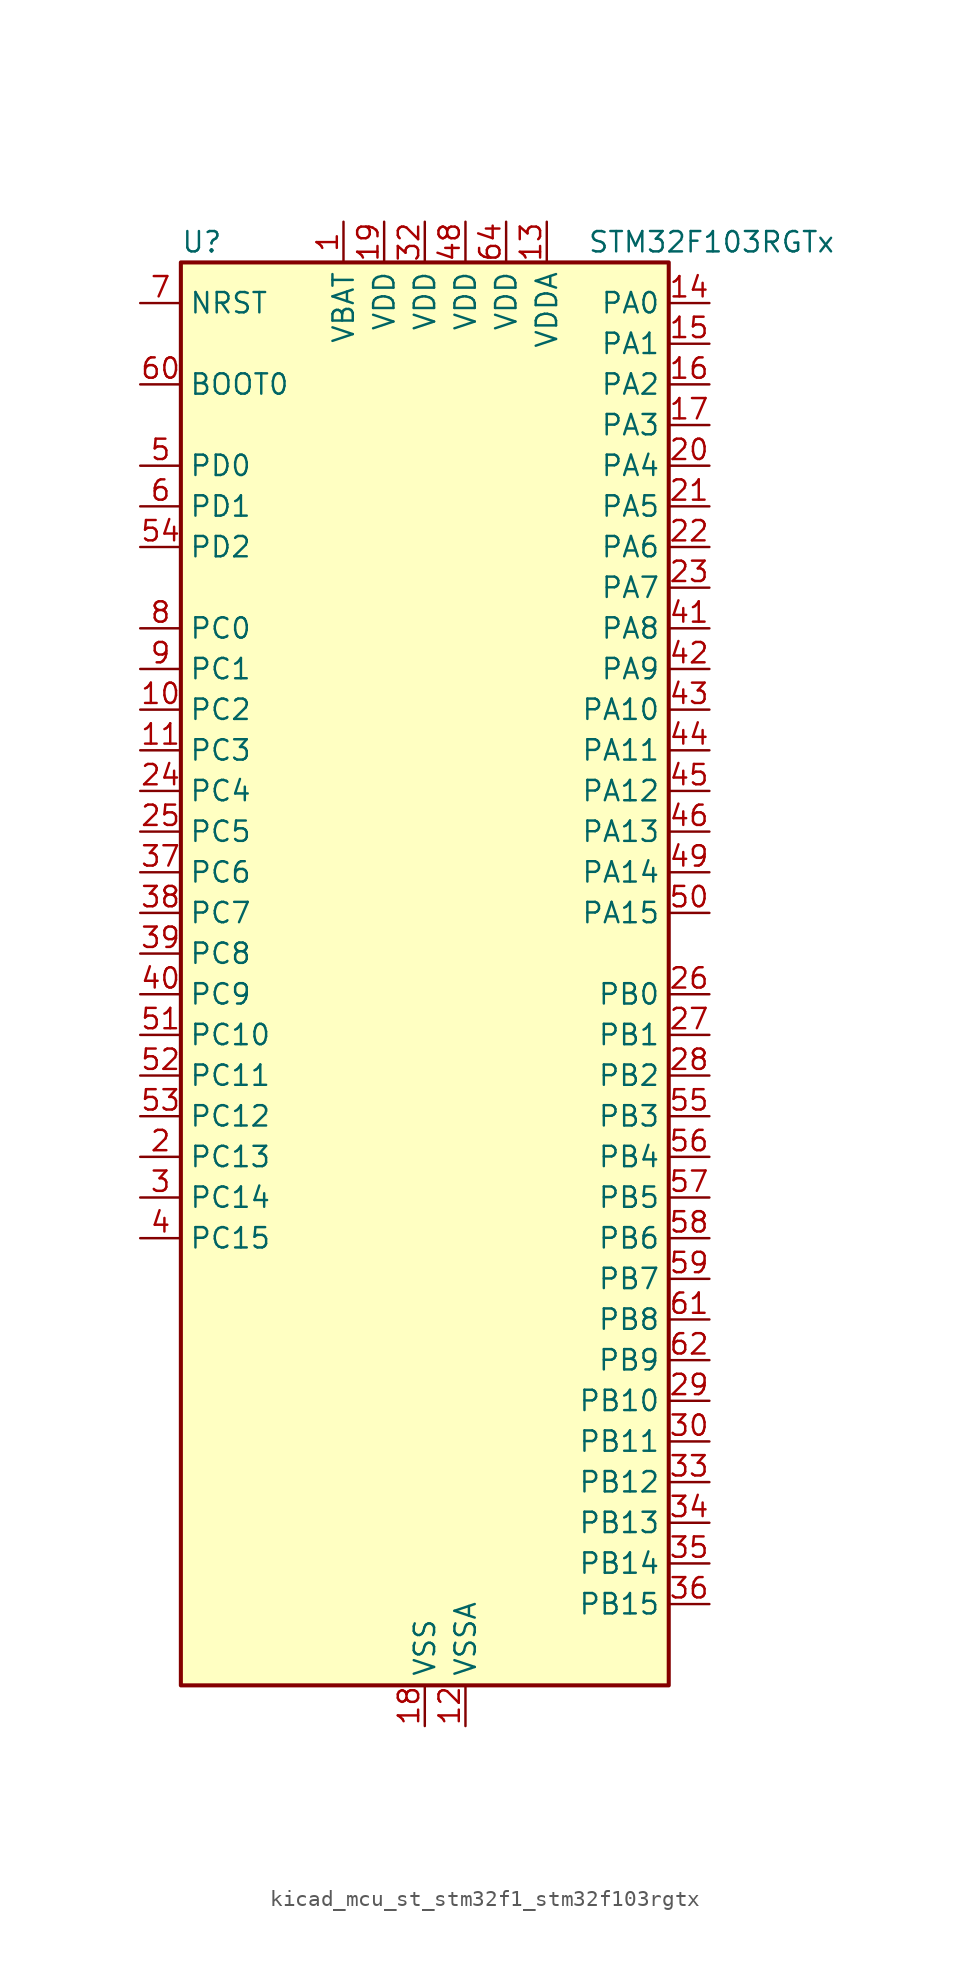
<source format=kicad_sym>
(kicad_symbol_lib
  (version 20220914)
  (generator kicad_symbol_editor)
  (symbol "kicad_mcu_st_stm32f1_stm32f103rgtx"
    (property "Reference" "U"
      (at -15.24 46.99 0)
      (effects (font (size 1.27 1.27)) (justify left)))
    (property "Value" "STM32F103RGTx"
      (at 10.16 46.99 0)
      (effects (font (size 1.27 1.27)) (justify left)))
    (property "ki_locked" ""
      (at 0 0 0)
      (effects (font (size 1.27 1.27))))
    (symbol "kicad_mcu_st_stm32f1_stm32f103rgtx_0_1"
      (rectangle (start -15.24 -43.18) (end 15.24 45.72) (stroke (width 0.254) (type default)) (fill (type background))))
    (symbol "kicad_mcu_st_stm32f1_stm32f103rgtx_1_1"
      (pin power_in line (at -5.08 48.26 270) (length 2.54) (name "VBAT" (effects (font (size 1.27 1.27)))) (number "1" (effects (font (size 1.27 1.27)))))
      (pin bidirectional line (at -17.78 17.78 0) (length 2.54) (name "PC2" (effects (font (size 1.27 1.27)))) (number "10" (effects (font (size 1.27 1.27)))) (alternate "ADC1_IN12" bidirectional line) (alternate "ADC2_IN12" bidirectional line) (alternate "ADC3_IN12" bidirectional line))
      (pin bidirectional line (at -17.78 15.24 0) (length 2.54) (name "PC3" (effects (font (size 1.27 1.27)))) (number "11" (effects (font (size 1.27 1.27)))) (alternate "ADC1_IN13" bidirectional line) (alternate "ADC2_IN13" bidirectional line) (alternate "ADC3_IN13" bidirectional line))
      (pin power_in line (at 2.54 -45.72 90) (length 2.54) (name "VSSA" (effects (font (size 1.27 1.27)))) (number "12" (effects (font (size 1.27 1.27)))))
      (pin power_in line (at 7.62 48.26 270) (length 2.54) (name "VDDA" (effects (font (size 1.27 1.27)))) (number "13" (effects (font (size 1.27 1.27)))))
      (pin bidirectional line (at 17.78 43.18 180) (length 2.54) (name "PA0" (effects (font (size 1.27 1.27)))) (number "14" (effects (font (size 1.27 1.27)))) (alternate "ADC1_IN0" bidirectional line) (alternate "ADC2_IN0" bidirectional line) (alternate "ADC3_IN0" bidirectional line) (alternate "SYS_WKUP" bidirectional line) (alternate "TIM2_CH1" bidirectional line) (alternate "TIM2_ETR" bidirectional line) (alternate "TIM5_CH1" bidirectional line) (alternate "TIM8_ETR" bidirectional line) (alternate "USART2_CTS" bidirectional line))
      (pin bidirectional line (at 17.78 40.64 180) (length 2.54) (name "PA1" (effects (font (size 1.27 1.27)))) (number "15" (effects (font (size 1.27 1.27)))) (alternate "ADC1_IN1" bidirectional line) (alternate "ADC2_IN1" bidirectional line) (alternate "ADC3_IN1" bidirectional line) (alternate "TIM2_CH2" bidirectional line) (alternate "TIM5_CH2" bidirectional line) (alternate "USART2_RTS" bidirectional line))
      (pin bidirectional line (at 17.78 38.1 180) (length 2.54) (name "PA2" (effects (font (size 1.27 1.27)))) (number "16" (effects (font (size 1.27 1.27)))) (alternate "ADC1_IN2" bidirectional line) (alternate "ADC2_IN2" bidirectional line) (alternate "ADC3_IN2" bidirectional line) (alternate "TIM2_CH3" bidirectional line) (alternate "TIM5_CH3" bidirectional line) (alternate "TIM9_CH1" bidirectional line) (alternate "USART2_TX" bidirectional line))
      (pin bidirectional line (at 17.78 35.56 180) (length 2.54) (name "PA3" (effects (font (size 1.27 1.27)))) (number "17" (effects (font (size 1.27 1.27)))) (alternate "ADC1_IN3" bidirectional line) (alternate "ADC2_IN3" bidirectional line) (alternate "ADC3_IN3" bidirectional line) (alternate "TIM2_CH4" bidirectional line) (alternate "TIM5_CH4" bidirectional line) (alternate "TIM9_CH2" bidirectional line) (alternate "USART2_RX" bidirectional line))
      (pin power_in line (at 0 -45.72 90) (length 2.54) (name "VSS" (effects (font (size 1.27 1.27)))) (number "18" (effects (font (size 1.27 1.27)))))
      (pin power_in line (at -2.54 48.26 270) (length 2.54) (name "VDD" (effects (font (size 1.27 1.27)))) (number "19" (effects (font (size 1.27 1.27)))))
      (pin bidirectional line (at -17.78 -10.16 0) (length 2.54) (name "PC13" (effects (font (size 1.27 1.27)))) (number "2" (effects (font (size 1.27 1.27)))) (alternate "RTC_OUT" bidirectional line) (alternate "RTC_TAMPER" bidirectional line))
      (pin bidirectional line (at 17.78 33.02 180) (length 2.54) (name "PA4" (effects (font (size 1.27 1.27)))) (number "20" (effects (font (size 1.27 1.27)))) (alternate "ADC1_IN4" bidirectional line) (alternate "ADC2_IN4" bidirectional line) (alternate "DAC_OUT1" bidirectional line) (alternate "SPI1_NSS" bidirectional line) (alternate "USART2_CK" bidirectional line))
      (pin bidirectional line (at 17.78 30.48 180) (length 2.54) (name "PA5" (effects (font (size 1.27 1.27)))) (number "21" (effects (font (size 1.27 1.27)))) (alternate "ADC1_IN5" bidirectional line) (alternate "ADC2_IN5" bidirectional line) (alternate "DAC_OUT2" bidirectional line) (alternate "SPI1_SCK" bidirectional line))
      (pin bidirectional line (at 17.78 27.94 180) (length 2.54) (name "PA6" (effects (font (size 1.27 1.27)))) (number "22" (effects (font (size 1.27 1.27)))) (alternate "ADC1_IN6" bidirectional line) (alternate "ADC2_IN6" bidirectional line) (alternate "SPI1_MISO" bidirectional line) (alternate "TIM13_CH1" bidirectional line) (alternate "TIM1_BKIN" bidirectional line) (alternate "TIM3_CH1" bidirectional line) (alternate "TIM8_BKIN" bidirectional line))
      (pin bidirectional line (at 17.78 25.4 180) (length 2.54) (name "PA7" (effects (font (size 1.27 1.27)))) (number "23" (effects (font (size 1.27 1.27)))) (alternate "ADC1_IN7" bidirectional line) (alternate "ADC2_IN7" bidirectional line) (alternate "SPI1_MOSI" bidirectional line) (alternate "TIM14_CH1" bidirectional line) (alternate "TIM1_CH1N" bidirectional line) (alternate "TIM3_CH2" bidirectional line) (alternate "TIM8_CH1N" bidirectional line))
      (pin bidirectional line (at -17.78 12.7 0) (length 2.54) (name "PC4" (effects (font (size 1.27 1.27)))) (number "24" (effects (font (size 1.27 1.27)))) (alternate "ADC1_IN14" bidirectional line) (alternate "ADC2_IN14" bidirectional line))
      (pin bidirectional line (at -17.78 10.16 0) (length 2.54) (name "PC5" (effects (font (size 1.27 1.27)))) (number "25" (effects (font (size 1.27 1.27)))) (alternate "ADC1_IN15" bidirectional line) (alternate "ADC2_IN15" bidirectional line))
      (pin bidirectional line (at 17.78 0 180) (length 2.54) (name "PB0" (effects (font (size 1.27 1.27)))) (number "26" (effects (font (size 1.27 1.27)))) (alternate "ADC1_IN8" bidirectional line) (alternate "ADC2_IN8" bidirectional line) (alternate "TIM1_CH2N" bidirectional line) (alternate "TIM3_CH3" bidirectional line) (alternate "TIM8_CH2N" bidirectional line))
      (pin bidirectional line (at 17.78 -2.54 180) (length 2.54) (name "PB1" (effects (font (size 1.27 1.27)))) (number "27" (effects (font (size 1.27 1.27)))) (alternate "ADC1_IN9" bidirectional line) (alternate "ADC2_IN9" bidirectional line) (alternate "TIM1_CH3N" bidirectional line) (alternate "TIM3_CH4" bidirectional line) (alternate "TIM8_CH3N" bidirectional line))
      (pin bidirectional line (at 17.78 -5.08 180) (length 2.54) (name "PB2" (effects (font (size 1.27 1.27)))) (number "28" (effects (font (size 1.27 1.27)))))
      (pin bidirectional line (at 17.78 -25.4 180) (length 2.54) (name "PB10" (effects (font (size 1.27 1.27)))) (number "29" (effects (font (size 1.27 1.27)))) (alternate "I2C2_SCL" bidirectional line) (alternate "TIM2_CH3" bidirectional line) (alternate "USART3_TX" bidirectional line))
      (pin bidirectional line (at -17.78 -12.7 0) (length 2.54) (name "PC14" (effects (font (size 1.27 1.27)))) (number "3" (effects (font (size 1.27 1.27)))) (alternate "RCC_OSC32_IN" bidirectional line))
      (pin bidirectional line (at 17.78 -27.94 180) (length 2.54) (name "PB11" (effects (font (size 1.27 1.27)))) (number "30" (effects (font (size 1.27 1.27)))) (alternate "ADC1_EXTI11" bidirectional line) (alternate "ADC2_EXTI11" bidirectional line) (alternate "I2C2_SDA" bidirectional line) (alternate "TIM2_CH4" bidirectional line) (alternate "USART3_RX" bidirectional line))
      (pin passive line (at 0 -45.72 90) (length 2.54) hide (name "VSS" (effects (font (size 1.27 1.27)))) (number "31" (effects (font (size 1.27 1.27)))))
      (pin power_in line (at 0 48.26 270) (length 2.54) (name "VDD" (effects (font (size 1.27 1.27)))) (number "32" (effects (font (size 1.27 1.27)))))
      (pin bidirectional line (at 17.78 -30.48 180) (length 2.54) (name "PB12" (effects (font (size 1.27 1.27)))) (number "33" (effects (font (size 1.27 1.27)))) (alternate "I2C2_SMBA" bidirectional line) (alternate "I2S2_WS" bidirectional line) (alternate "SPI2_NSS" bidirectional line) (alternate "TIM1_BKIN" bidirectional line) (alternate "USART3_CK" bidirectional line))
      (pin bidirectional line (at 17.78 -33.02 180) (length 2.54) (name "PB13" (effects (font (size 1.27 1.27)))) (number "34" (effects (font (size 1.27 1.27)))) (alternate "I2S2_CK" bidirectional line) (alternate "SPI2_SCK" bidirectional line) (alternate "TIM1_CH1N" bidirectional line) (alternate "USART3_CTS" bidirectional line))
      (pin bidirectional line (at 17.78 -35.56 180) (length 2.54) (name "PB14" (effects (font (size 1.27 1.27)))) (number "35" (effects (font (size 1.27 1.27)))) (alternate "SPI2_MISO" bidirectional line) (alternate "TIM12_CH1" bidirectional line) (alternate "TIM1_CH2N" bidirectional line) (alternate "USART3_RTS" bidirectional line))
      (pin bidirectional line (at 17.78 -38.1 180) (length 2.54) (name "PB15" (effects (font (size 1.27 1.27)))) (number "36" (effects (font (size 1.27 1.27)))) (alternate "ADC1_EXTI15" bidirectional line) (alternate "ADC2_EXTI15" bidirectional line) (alternate "I2S2_SD" bidirectional line) (alternate "SPI2_MOSI" bidirectional line) (alternate "TIM12_CH2" bidirectional line) (alternate "TIM1_CH3N" bidirectional line))
      (pin bidirectional line (at -17.78 7.62 0) (length 2.54) (name "PC6" (effects (font (size 1.27 1.27)))) (number "37" (effects (font (size 1.27 1.27)))) (alternate "I2S2_MCK" bidirectional line) (alternate "SDIO_D6" bidirectional line) (alternate "TIM3_CH1" bidirectional line) (alternate "TIM8_CH1" bidirectional line))
      (pin bidirectional line (at -17.78 5.08 0) (length 2.54) (name "PC7" (effects (font (size 1.27 1.27)))) (number "38" (effects (font (size 1.27 1.27)))) (alternate "I2S3_MCK" bidirectional line) (alternate "SDIO_D7" bidirectional line) (alternate "TIM3_CH2" bidirectional line) (alternate "TIM8_CH2" bidirectional line))
      (pin bidirectional line (at -17.78 2.54 0) (length 2.54) (name "PC8" (effects (font (size 1.27 1.27)))) (number "39" (effects (font (size 1.27 1.27)))) (alternate "SDIO_D0" bidirectional line) (alternate "TIM3_CH3" bidirectional line) (alternate "TIM8_CH3" bidirectional line))
      (pin bidirectional line (at -17.78 -15.24 0) (length 2.54) (name "PC15" (effects (font (size 1.27 1.27)))) (number "4" (effects (font (size 1.27 1.27)))) (alternate "ADC1_EXTI15" bidirectional line) (alternate "ADC2_EXTI15" bidirectional line) (alternate "RCC_OSC32_OUT" bidirectional line))
      (pin bidirectional line (at -17.78 0 0) (length 2.54) (name "PC9" (effects (font (size 1.27 1.27)))) (number "40" (effects (font (size 1.27 1.27)))) (alternate "DAC_EXTI9" bidirectional line) (alternate "SDIO_D1" bidirectional line) (alternate "TIM3_CH4" bidirectional line) (alternate "TIM8_CH4" bidirectional line))
      (pin bidirectional line (at 17.78 22.86 180) (length 2.54) (name "PA8" (effects (font (size 1.27 1.27)))) (number "41" (effects (font (size 1.27 1.27)))) (alternate "RCC_MCO" bidirectional line) (alternate "TIM1_CH1" bidirectional line) (alternate "USART1_CK" bidirectional line))
      (pin bidirectional line (at 17.78 20.32 180) (length 2.54) (name "PA9" (effects (font (size 1.27 1.27)))) (number "42" (effects (font (size 1.27 1.27)))) (alternate "DAC_EXTI9" bidirectional line) (alternate "TIM1_CH2" bidirectional line) (alternate "USART1_TX" bidirectional line))
      (pin bidirectional line (at 17.78 17.78 180) (length 2.54) (name "PA10" (effects (font (size 1.27 1.27)))) (number "43" (effects (font (size 1.27 1.27)))) (alternate "TIM1_CH3" bidirectional line) (alternate "USART1_RX" bidirectional line))
      (pin bidirectional line (at 17.78 15.24 180) (length 2.54) (name "PA11" (effects (font (size 1.27 1.27)))) (number "44" (effects (font (size 1.27 1.27)))) (alternate "ADC1_EXTI11" bidirectional line) (alternate "ADC2_EXTI11" bidirectional line) (alternate "CAN_RX" bidirectional line) (alternate "TIM1_CH4" bidirectional line) (alternate "USART1_CTS" bidirectional line) (alternate "USB_DM" bidirectional line))
      (pin bidirectional line (at 17.78 12.7 180) (length 2.54) (name "PA12" (effects (font (size 1.27 1.27)))) (number "45" (effects (font (size 1.27 1.27)))) (alternate "CAN_TX" bidirectional line) (alternate "TIM1_ETR" bidirectional line) (alternate "USART1_RTS" bidirectional line) (alternate "USB_DP" bidirectional line))
      (pin bidirectional line (at 17.78 10.16 180) (length 2.54) (name "PA13" (effects (font (size 1.27 1.27)))) (number "46" (effects (font (size 1.27 1.27)))) (alternate "SYS_JTMS-SWDIO" bidirectional line))
      (pin passive line (at 0 -45.72 90) (length 2.54) hide (name "VSS" (effects (font (size 1.27 1.27)))) (number "47" (effects (font (size 1.27 1.27)))))
      (pin power_in line (at 2.54 48.26 270) (length 2.54) (name "VDD" (effects (font (size 1.27 1.27)))) (number "48" (effects (font (size 1.27 1.27)))))
      (pin bidirectional line (at 17.78 7.62 180) (length 2.54) (name "PA14" (effects (font (size 1.27 1.27)))) (number "49" (effects (font (size 1.27 1.27)))) (alternate "SYS_JTCK-SWCLK" bidirectional line))
      (pin bidirectional line (at -17.78 33.02 0) (length 2.54) (name "PD0" (effects (font (size 1.27 1.27)))) (number "5" (effects (font (size 1.27 1.27)))) (alternate "RCC_OSC_IN" bidirectional line))
      (pin bidirectional line (at 17.78 5.08 180) (length 2.54) (name "PA15" (effects (font (size 1.27 1.27)))) (number "50" (effects (font (size 1.27 1.27)))) (alternate "ADC1_EXTI15" bidirectional line) (alternate "ADC2_EXTI15" bidirectional line) (alternate "I2S3_WS" bidirectional line) (alternate "SPI1_NSS" bidirectional line) (alternate "SPI3_NSS" bidirectional line) (alternate "SYS_JTDI" bidirectional line) (alternate "TIM2_CH1" bidirectional line) (alternate "TIM2_ETR" bidirectional line))
      (pin bidirectional line (at -17.78 -2.54 0) (length 2.54) (name "PC10" (effects (font (size 1.27 1.27)))) (number "51" (effects (font (size 1.27 1.27)))) (alternate "SDIO_D2" bidirectional line) (alternate "UART4_TX" bidirectional line) (alternate "USART3_TX" bidirectional line))
      (pin bidirectional line (at -17.78 -5.08 0) (length 2.54) (name "PC11" (effects (font (size 1.27 1.27)))) (number "52" (effects (font (size 1.27 1.27)))) (alternate "ADC1_EXTI11" bidirectional line) (alternate "ADC2_EXTI11" bidirectional line) (alternate "SDIO_D3" bidirectional line) (alternate "UART4_RX" bidirectional line) (alternate "USART3_RX" bidirectional line))
      (pin bidirectional line (at -17.78 -7.62 0) (length 2.54) (name "PC12" (effects (font (size 1.27 1.27)))) (number "53" (effects (font (size 1.27 1.27)))) (alternate "SDIO_CK" bidirectional line) (alternate "UART5_TX" bidirectional line) (alternate "USART3_CK" bidirectional line))
      (pin bidirectional line (at -17.78 27.94 0) (length 2.54) (name "PD2" (effects (font (size 1.27 1.27)))) (number "54" (effects (font (size 1.27 1.27)))) (alternate "SDIO_CMD" bidirectional line) (alternate "TIM3_ETR" bidirectional line) (alternate "UART5_RX" bidirectional line))
      (pin bidirectional line (at 17.78 -7.62 180) (length 2.54) (name "PB3" (effects (font (size 1.27 1.27)))) (number "55" (effects (font (size 1.27 1.27)))) (alternate "I2S3_CK" bidirectional line) (alternate "SPI1_SCK" bidirectional line) (alternate "SPI3_SCK" bidirectional line) (alternate "SYS_JTDO-TRACESWO" bidirectional line) (alternate "TIM2_CH2" bidirectional line))
      (pin bidirectional line (at 17.78 -10.16 180) (length 2.54) (name "PB4" (effects (font (size 1.27 1.27)))) (number "56" (effects (font (size 1.27 1.27)))) (alternate "SPI1_MISO" bidirectional line) (alternate "SPI3_MISO" bidirectional line) (alternate "SYS_NJTRST" bidirectional line) (alternate "TIM3_CH1" bidirectional line))
      (pin bidirectional line (at 17.78 -12.7 180) (length 2.54) (name "PB5" (effects (font (size 1.27 1.27)))) (number "57" (effects (font (size 1.27 1.27)))) (alternate "I2C1_SMBA" bidirectional line) (alternate "I2S3_SD" bidirectional line) (alternate "SPI1_MOSI" bidirectional line) (alternate "SPI3_MOSI" bidirectional line) (alternate "TIM3_CH2" bidirectional line))
      (pin bidirectional line (at 17.78 -15.24 180) (length 2.54) (name "PB6" (effects (font (size 1.27 1.27)))) (number "58" (effects (font (size 1.27 1.27)))) (alternate "I2C1_SCL" bidirectional line) (alternate "TIM4_CH1" bidirectional line) (alternate "USART1_TX" bidirectional line))
      (pin bidirectional line (at 17.78 -17.78 180) (length 2.54) (name "PB7" (effects (font (size 1.27 1.27)))) (number "59" (effects (font (size 1.27 1.27)))) (alternate "I2C1_SDA" bidirectional line) (alternate "TIM4_CH2" bidirectional line) (alternate "USART1_RX" bidirectional line))
      (pin bidirectional line (at -17.78 30.48 0) (length 2.54) (name "PD1" (effects (font (size 1.27 1.27)))) (number "6" (effects (font (size 1.27 1.27)))) (alternate "RCC_OSC_OUT" bidirectional line))
      (pin input line (at -17.78 38.1 0) (length 2.54) (name "BOOT0" (effects (font (size 1.27 1.27)))) (number "60" (effects (font (size 1.27 1.27)))))
      (pin bidirectional line (at 17.78 -20.32 180) (length 2.54) (name "PB8" (effects (font (size 1.27 1.27)))) (number "61" (effects (font (size 1.27 1.27)))) (alternate "CAN_RX" bidirectional line) (alternate "I2C1_SCL" bidirectional line) (alternate "SDIO_D4" bidirectional line) (alternate "TIM10_CH1" bidirectional line) (alternate "TIM4_CH3" bidirectional line))
      (pin bidirectional line (at 17.78 -22.86 180) (length 2.54) (name "PB9" (effects (font (size 1.27 1.27)))) (number "62" (effects (font (size 1.27 1.27)))) (alternate "CAN_TX" bidirectional line) (alternate "DAC_EXTI9" bidirectional line) (alternate "I2C1_SDA" bidirectional line) (alternate "SDIO_D5" bidirectional line) (alternate "TIM11_CH1" bidirectional line) (alternate "TIM4_CH4" bidirectional line))
      (pin passive line (at 0 -45.72 90) (length 2.54) hide (name "VSS" (effects (font (size 1.27 1.27)))) (number "63" (effects (font (size 1.27 1.27)))))
      (pin power_in line (at 5.08 48.26 270) (length 2.54) (name "VDD" (effects (font (size 1.27 1.27)))) (number "64" (effects (font (size 1.27 1.27)))))
      (pin input line (at -17.78 43.18 0) (length 2.54) (name "NRST" (effects (font (size 1.27 1.27)))) (number "7" (effects (font (size 1.27 1.27)))))
      (pin bidirectional line (at -17.78 22.86 0) (length 2.54) (name "PC0" (effects (font (size 1.27 1.27)))) (number "8" (effects (font (size 1.27 1.27)))) (alternate "ADC1_IN10" bidirectional line) (alternate "ADC2_IN10" bidirectional line) (alternate "ADC3_IN10" bidirectional line))
      (pin bidirectional line (at -17.78 20.32 0) (length 2.54) (name "PC1" (effects (font (size 1.27 1.27)))) (number "9" (effects (font (size 1.27 1.27)))) (alternate "ADC1_IN11" bidirectional line) (alternate "ADC2_IN11" bidirectional line) (alternate "ADC3_IN11" bidirectional line)))))
</source>
